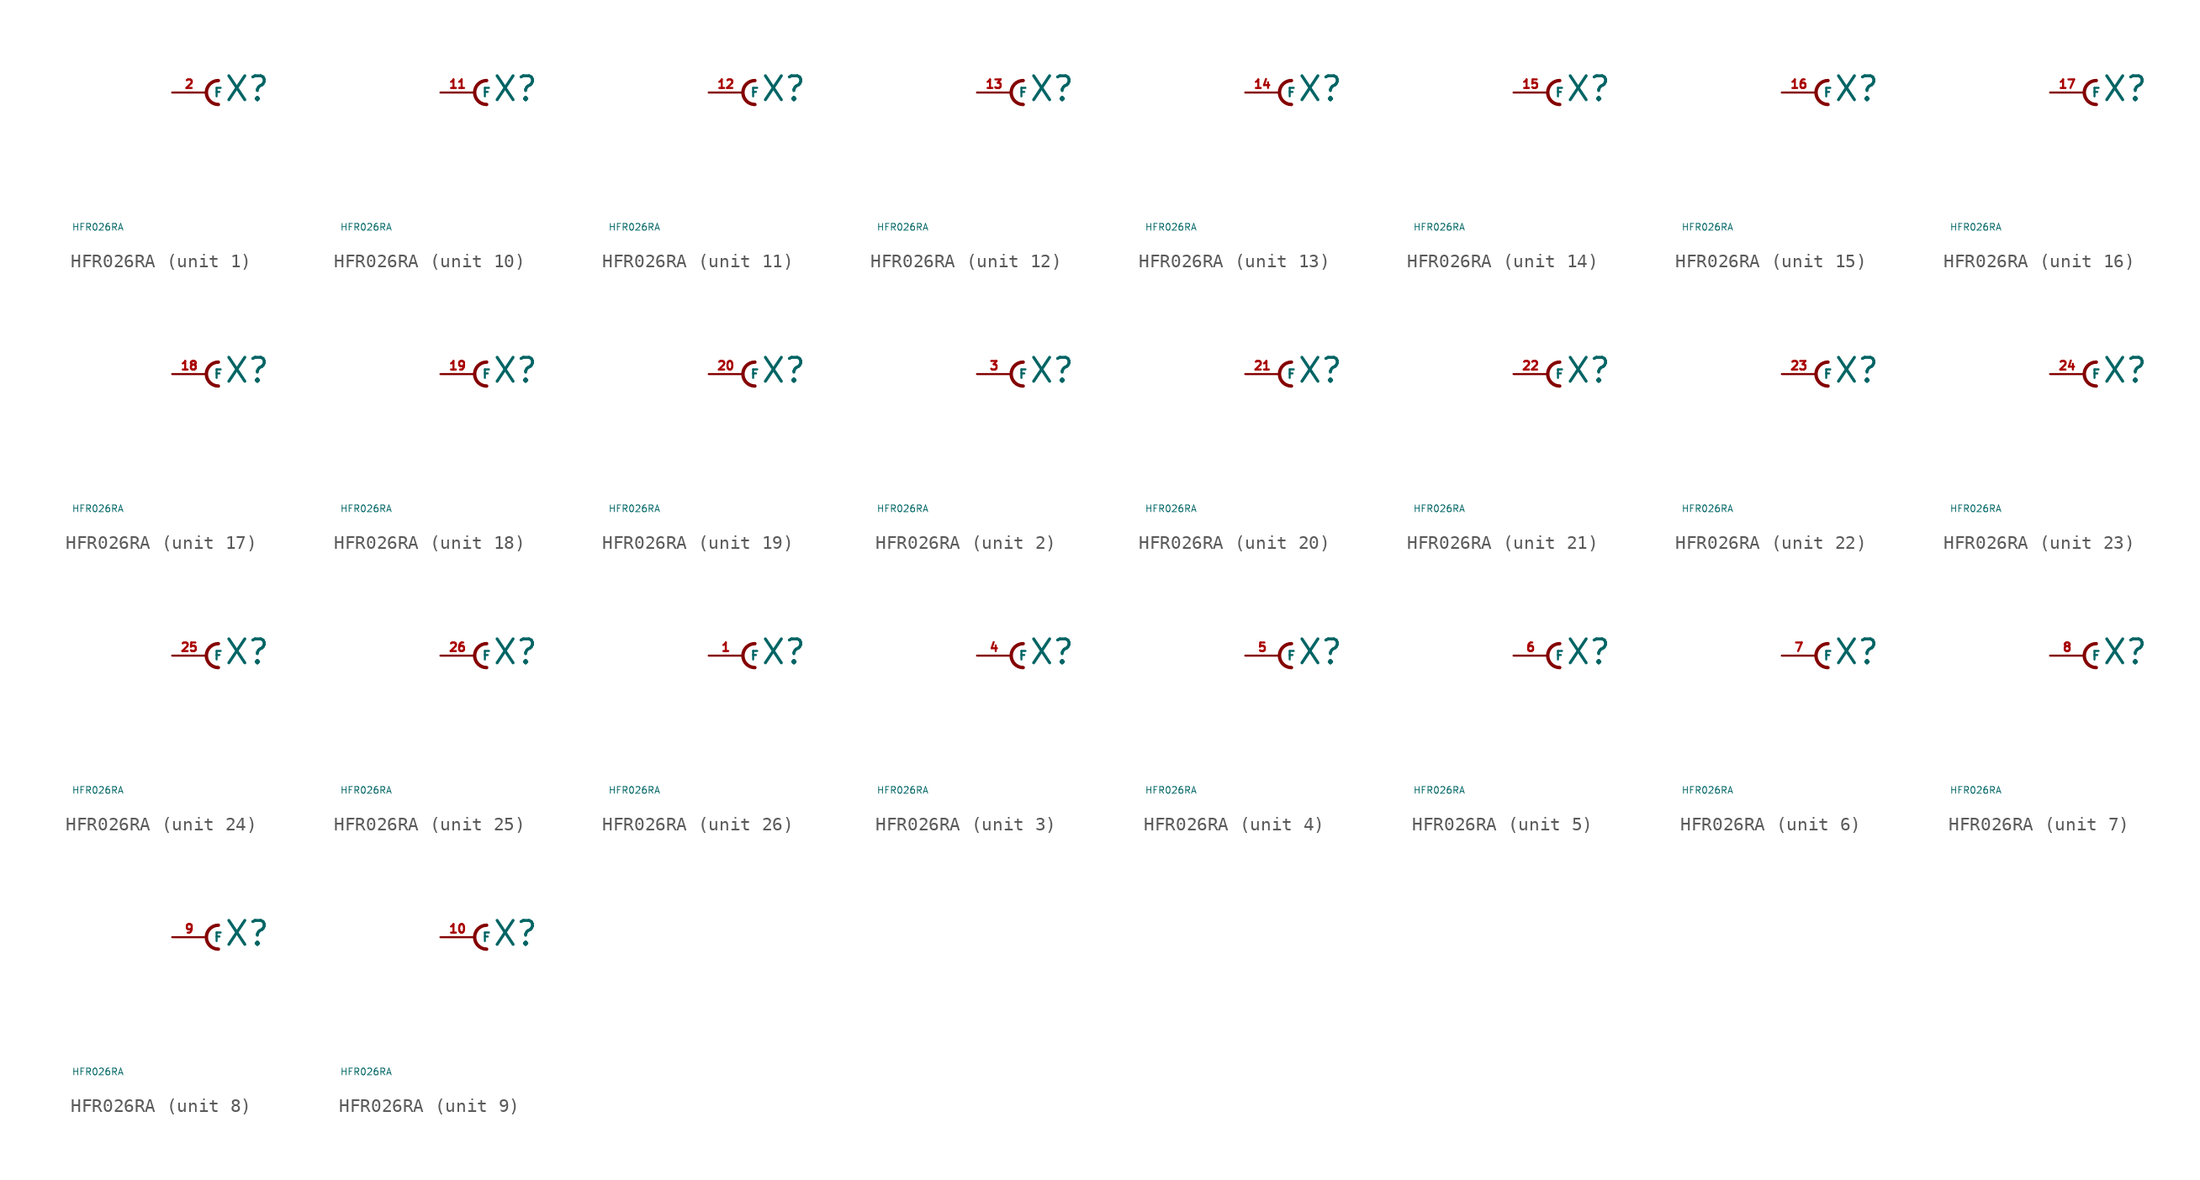
<source format=kicad_sym>
(kicad_symbol_lib
  (version 20220914)
  (generator Eagle2Kicad)
  (symbol "HFR026RA"
    (property "Reference" "X"
      (at 1.27 -0.762 0)
      (effects (font (size 1.778 1.778) (thickness 0.22)) (justify left bottom)))
    (property "Value" "HFR026RA"
      (at -10 -10 0)
      (effects (font (size 0.5 0.5) (thickness 0.06)) (justify left)))
    (symbol "HFR026RA_1_0"
      (arc (start 0.889 0.889) (mid 0.000 0.000) (end 0.889 -0.889) (stroke (width 0.254) (type default)) (fill (type none)))
      (pin passive line (at -2.54 0 0) (length 2.54) (name "F" (effects (font (size 0.635 0.635) (thickness 0.08)) (justify left bottom))) (number "2" (effects (font (size 0.635 0.635) (thickness 0.08)) (justify left bottom)))))
    (symbol "HFR026RA_2_0"
      (arc (start 0.889 0.889) (mid 0.000 0.000) (end 0.889 -0.889) (stroke (width 0.254) (type default)) (fill (type none)))
      (pin passive line (at -2.54 0 0) (length 2.54) (name "F" (effects (font (size 0.635 0.635) (thickness 0.08)) (justify left bottom))) (number "3" (effects (font (size 0.635 0.635) (thickness 0.08)) (justify left bottom)))))
    (symbol "HFR026RA_3_0"
      (arc (start 0.889 0.889) (mid 0.000 0.000) (end 0.889 -0.889) (stroke (width 0.254) (type default)) (fill (type none)))
      (pin passive line (at -2.54 0 0) (length 2.54) (name "F" (effects (font (size 0.635 0.635) (thickness 0.08)) (justify left bottom))) (number "4" (effects (font (size 0.635 0.635) (thickness 0.08)) (justify left bottom)))))
    (symbol "HFR026RA_4_0"
      (arc (start 0.889 0.889) (mid 0.000 0.000) (end 0.889 -0.889) (stroke (width 0.254) (type default)) (fill (type none)))
      (pin passive line (at -2.54 0 0) (length 2.54) (name "F" (effects (font (size 0.635 0.635) (thickness 0.08)) (justify left bottom))) (number "5" (effects (font (size 0.635 0.635) (thickness 0.08)) (justify left bottom)))))
    (symbol "HFR026RA_5_0"
      (arc (start 0.889 0.889) (mid 0.000 0.000) (end 0.889 -0.889) (stroke (width 0.254) (type default)) (fill (type none)))
      (pin passive line (at -2.54 0 0) (length 2.54) (name "F" (effects (font (size 0.635 0.635) (thickness 0.08)) (justify left bottom))) (number "6" (effects (font (size 0.635 0.635) (thickness 0.08)) (justify left bottom)))))
    (symbol "HFR026RA_6_0"
      (arc (start 0.889 0.889) (mid 0.000 0.000) (end 0.889 -0.889) (stroke (width 0.254) (type default)) (fill (type none)))
      (pin passive line (at -2.54 0 0) (length 2.54) (name "F" (effects (font (size 0.635 0.635) (thickness 0.08)) (justify left bottom))) (number "7" (effects (font (size 0.635 0.635) (thickness 0.08)) (justify left bottom)))))
    (symbol "HFR026RA_7_0"
      (arc (start 0.889 0.889) (mid 0.000 0.000) (end 0.889 -0.889) (stroke (width 0.254) (type default)) (fill (type none)))
      (pin passive line (at -2.54 0 0) (length 2.54) (name "F" (effects (font (size 0.635 0.635) (thickness 0.08)) (justify left bottom))) (number "8" (effects (font (size 0.635 0.635) (thickness 0.08)) (justify left bottom)))))
    (symbol "HFR026RA_8_0"
      (arc (start 0.889 0.889) (mid 0.000 0.000) (end 0.889 -0.889) (stroke (width 0.254) (type default)) (fill (type none)))
      (pin passive line (at -2.54 0 0) (length 2.54) (name "F" (effects (font (size 0.635 0.635) (thickness 0.08)) (justify left bottom))) (number "9" (effects (font (size 0.635 0.635) (thickness 0.08)) (justify left bottom)))))
    (symbol "HFR026RA_9_0"
      (arc (start 0.889 0.889) (mid 0.000 0.000) (end 0.889 -0.889) (stroke (width 0.254) (type default)) (fill (type none)))
      (pin passive line (at -2.54 0 0) (length 2.54) (name "F" (effects (font (size 0.635 0.635) (thickness 0.08)) (justify left bottom))) (number "10" (effects (font (size 0.635 0.635) (thickness 0.08)) (justify left bottom)))))
    (symbol "HFR026RA_10_0"
      (arc (start 0.889 0.889) (mid 0.000 0.000) (end 0.889 -0.889) (stroke (width 0.254) (type default)) (fill (type none)))
      (pin passive line (at -2.54 0 0) (length 2.54) (name "F" (effects (font (size 0.635 0.635) (thickness 0.08)) (justify left bottom))) (number "11" (effects (font (size 0.635 0.635) (thickness 0.08)) (justify left bottom)))))
    (symbol "HFR026RA_11_0"
      (arc (start 0.889 0.889) (mid 0.000 0.000) (end 0.889 -0.889) (stroke (width 0.254) (type default)) (fill (type none)))
      (pin passive line (at -2.54 0 0) (length 2.54) (name "F" (effects (font (size 0.635 0.635) (thickness 0.08)) (justify left bottom))) (number "12" (effects (font (size 0.635 0.635) (thickness 0.08)) (justify left bottom)))))
    (symbol "HFR026RA_12_0"
      (arc (start 0.889 0.889) (mid 0.000 0.000) (end 0.889 -0.889) (stroke (width 0.254) (type default)) (fill (type none)))
      (pin passive line (at -2.54 0 0) (length 2.54) (name "F" (effects (font (size 0.635 0.635) (thickness 0.08)) (justify left bottom))) (number "13" (effects (font (size 0.635 0.635) (thickness 0.08)) (justify left bottom)))))
    (symbol "HFR026RA_13_0"
      (arc (start 0.889 0.889) (mid 0.000 0.000) (end 0.889 -0.889) (stroke (width 0.254) (type default)) (fill (type none)))
      (pin passive line (at -2.54 0 0) (length 2.54) (name "F" (effects (font (size 0.635 0.635) (thickness 0.08)) (justify left bottom))) (number "14" (effects (font (size 0.635 0.635) (thickness 0.08)) (justify left bottom)))))
    (symbol "HFR026RA_14_0"
      (arc (start 0.889 0.889) (mid 0.000 0.000) (end 0.889 -0.889) (stroke (width 0.254) (type default)) (fill (type none)))
      (pin passive line (at -2.54 0 0) (length 2.54) (name "F" (effects (font (size 0.635 0.635) (thickness 0.08)) (justify left bottom))) (number "15" (effects (font (size 0.635 0.635) (thickness 0.08)) (justify left bottom)))))
    (symbol "HFR026RA_15_0"
      (arc (start 0.889 0.889) (mid 0.000 0.000) (end 0.889 -0.889) (stroke (width 0.254) (type default)) (fill (type none)))
      (pin passive line (at -2.54 0 0) (length 2.54) (name "F" (effects (font (size 0.635 0.635) (thickness 0.08)) (justify left bottom))) (number "16" (effects (font (size 0.635 0.635) (thickness 0.08)) (justify left bottom)))))
    (symbol "HFR026RA_16_0"
      (arc (start 0.889 0.889) (mid 0.000 0.000) (end 0.889 -0.889) (stroke (width 0.254) (type default)) (fill (type none)))
      (pin passive line (at -2.54 0 0) (length 2.54) (name "F" (effects (font (size 0.635 0.635) (thickness 0.08)) (justify left bottom))) (number "17" (effects (font (size 0.635 0.635) (thickness 0.08)) (justify left bottom)))))
    (symbol "HFR026RA_17_0"
      (arc (start 0.889 0.889) (mid 0.000 0.000) (end 0.889 -0.889) (stroke (width 0.254) (type default)) (fill (type none)))
      (pin passive line (at -2.54 0 0) (length 2.54) (name "F" (effects (font (size 0.635 0.635) (thickness 0.08)) (justify left bottom))) (number "18" (effects (font (size 0.635 0.635) (thickness 0.08)) (justify left bottom)))))
    (symbol "HFR026RA_18_0"
      (arc (start 0.889 0.889) (mid 0.000 0.000) (end 0.889 -0.889) (stroke (width 0.254) (type default)) (fill (type none)))
      (pin passive line (at -2.54 0 0) (length 2.54) (name "F" (effects (font (size 0.635 0.635) (thickness 0.08)) (justify left bottom))) (number "19" (effects (font (size 0.635 0.635) (thickness 0.08)) (justify left bottom)))))
    (symbol "HFR026RA_19_0"
      (arc (start 0.889 0.889) (mid 0.000 0.000) (end 0.889 -0.889) (stroke (width 0.254) (type default)) (fill (type none)))
      (pin passive line (at -2.54 0 0) (length 2.54) (name "F" (effects (font (size 0.635 0.635) (thickness 0.08)) (justify left bottom))) (number "20" (effects (font (size 0.635 0.635) (thickness 0.08)) (justify left bottom)))))
    (symbol "HFR026RA_20_0"
      (arc (start 0.889 0.889) (mid 0.000 0.000) (end 0.889 -0.889) (stroke (width 0.254) (type default)) (fill (type none)))
      (pin passive line (at -2.54 0 0) (length 2.54) (name "F" (effects (font (size 0.635 0.635) (thickness 0.08)) (justify left bottom))) (number "21" (effects (font (size 0.635 0.635) (thickness 0.08)) (justify left bottom)))))
    (symbol "HFR026RA_21_0"
      (arc (start 0.889 0.889) (mid 0.000 0.000) (end 0.889 -0.889) (stroke (width 0.254) (type default)) (fill (type none)))
      (pin passive line (at -2.54 0 0) (length 2.54) (name "F" (effects (font (size 0.635 0.635) (thickness 0.08)) (justify left bottom))) (number "22" (effects (font (size 0.635 0.635) (thickness 0.08)) (justify left bottom)))))
    (symbol "HFR026RA_22_0"
      (arc (start 0.889 0.889) (mid 0.000 0.000) (end 0.889 -0.889) (stroke (width 0.254) (type default)) (fill (type none)))
      (pin passive line (at -2.54 0 0) (length 2.54) (name "F" (effects (font (size 0.635 0.635) (thickness 0.08)) (justify left bottom))) (number "23" (effects (font (size 0.635 0.635) (thickness 0.08)) (justify left bottom)))))
    (symbol "HFR026RA_23_0"
      (arc (start 0.889 0.889) (mid 0.000 0.000) (end 0.889 -0.889) (stroke (width 0.254) (type default)) (fill (type none)))
      (pin passive line (at -2.54 0 0) (length 2.54) (name "F" (effects (font (size 0.635 0.635) (thickness 0.08)) (justify left bottom))) (number "24" (effects (font (size 0.635 0.635) (thickness 0.08)) (justify left bottom)))))
    (symbol "HFR026RA_24_0"
      (arc (start 0.889 0.889) (mid 0.000 0.000) (end 0.889 -0.889) (stroke (width 0.254) (type default)) (fill (type none)))
      (pin passive line (at -2.54 0 0) (length 2.54) (name "F" (effects (font (size 0.635 0.635) (thickness 0.08)) (justify left bottom))) (number "25" (effects (font (size 0.635 0.635) (thickness 0.08)) (justify left bottom)))))
    (symbol "HFR026RA_25_0"
      (arc (start 0.889 0.889) (mid 0.000 0.000) (end 0.889 -0.889) (stroke (width 0.254) (type default)) (fill (type none)))
      (pin passive line (at -2.54 0 0) (length 2.54) (name "F" (effects (font (size 0.635 0.635) (thickness 0.08)) (justify left bottom))) (number "26" (effects (font (size 0.635 0.635) (thickness 0.08)) (justify left bottom)))))
    (symbol "HFR026RA_26_0"
      (arc (start 0.889 0.889) (mid 0.000 0.000) (end 0.889 -0.889) (stroke (width 0.254) (type default)) (fill (type none)))
      (pin passive line (at -2.54 0 0) (length 2.54) (name "F" (effects (font (size 0.635 0.635) (thickness 0.08)) (justify left bottom))) (number "1" (effects (font (size 0.635 0.635) (thickness 0.08)) (justify left bottom)))))))
</source>
